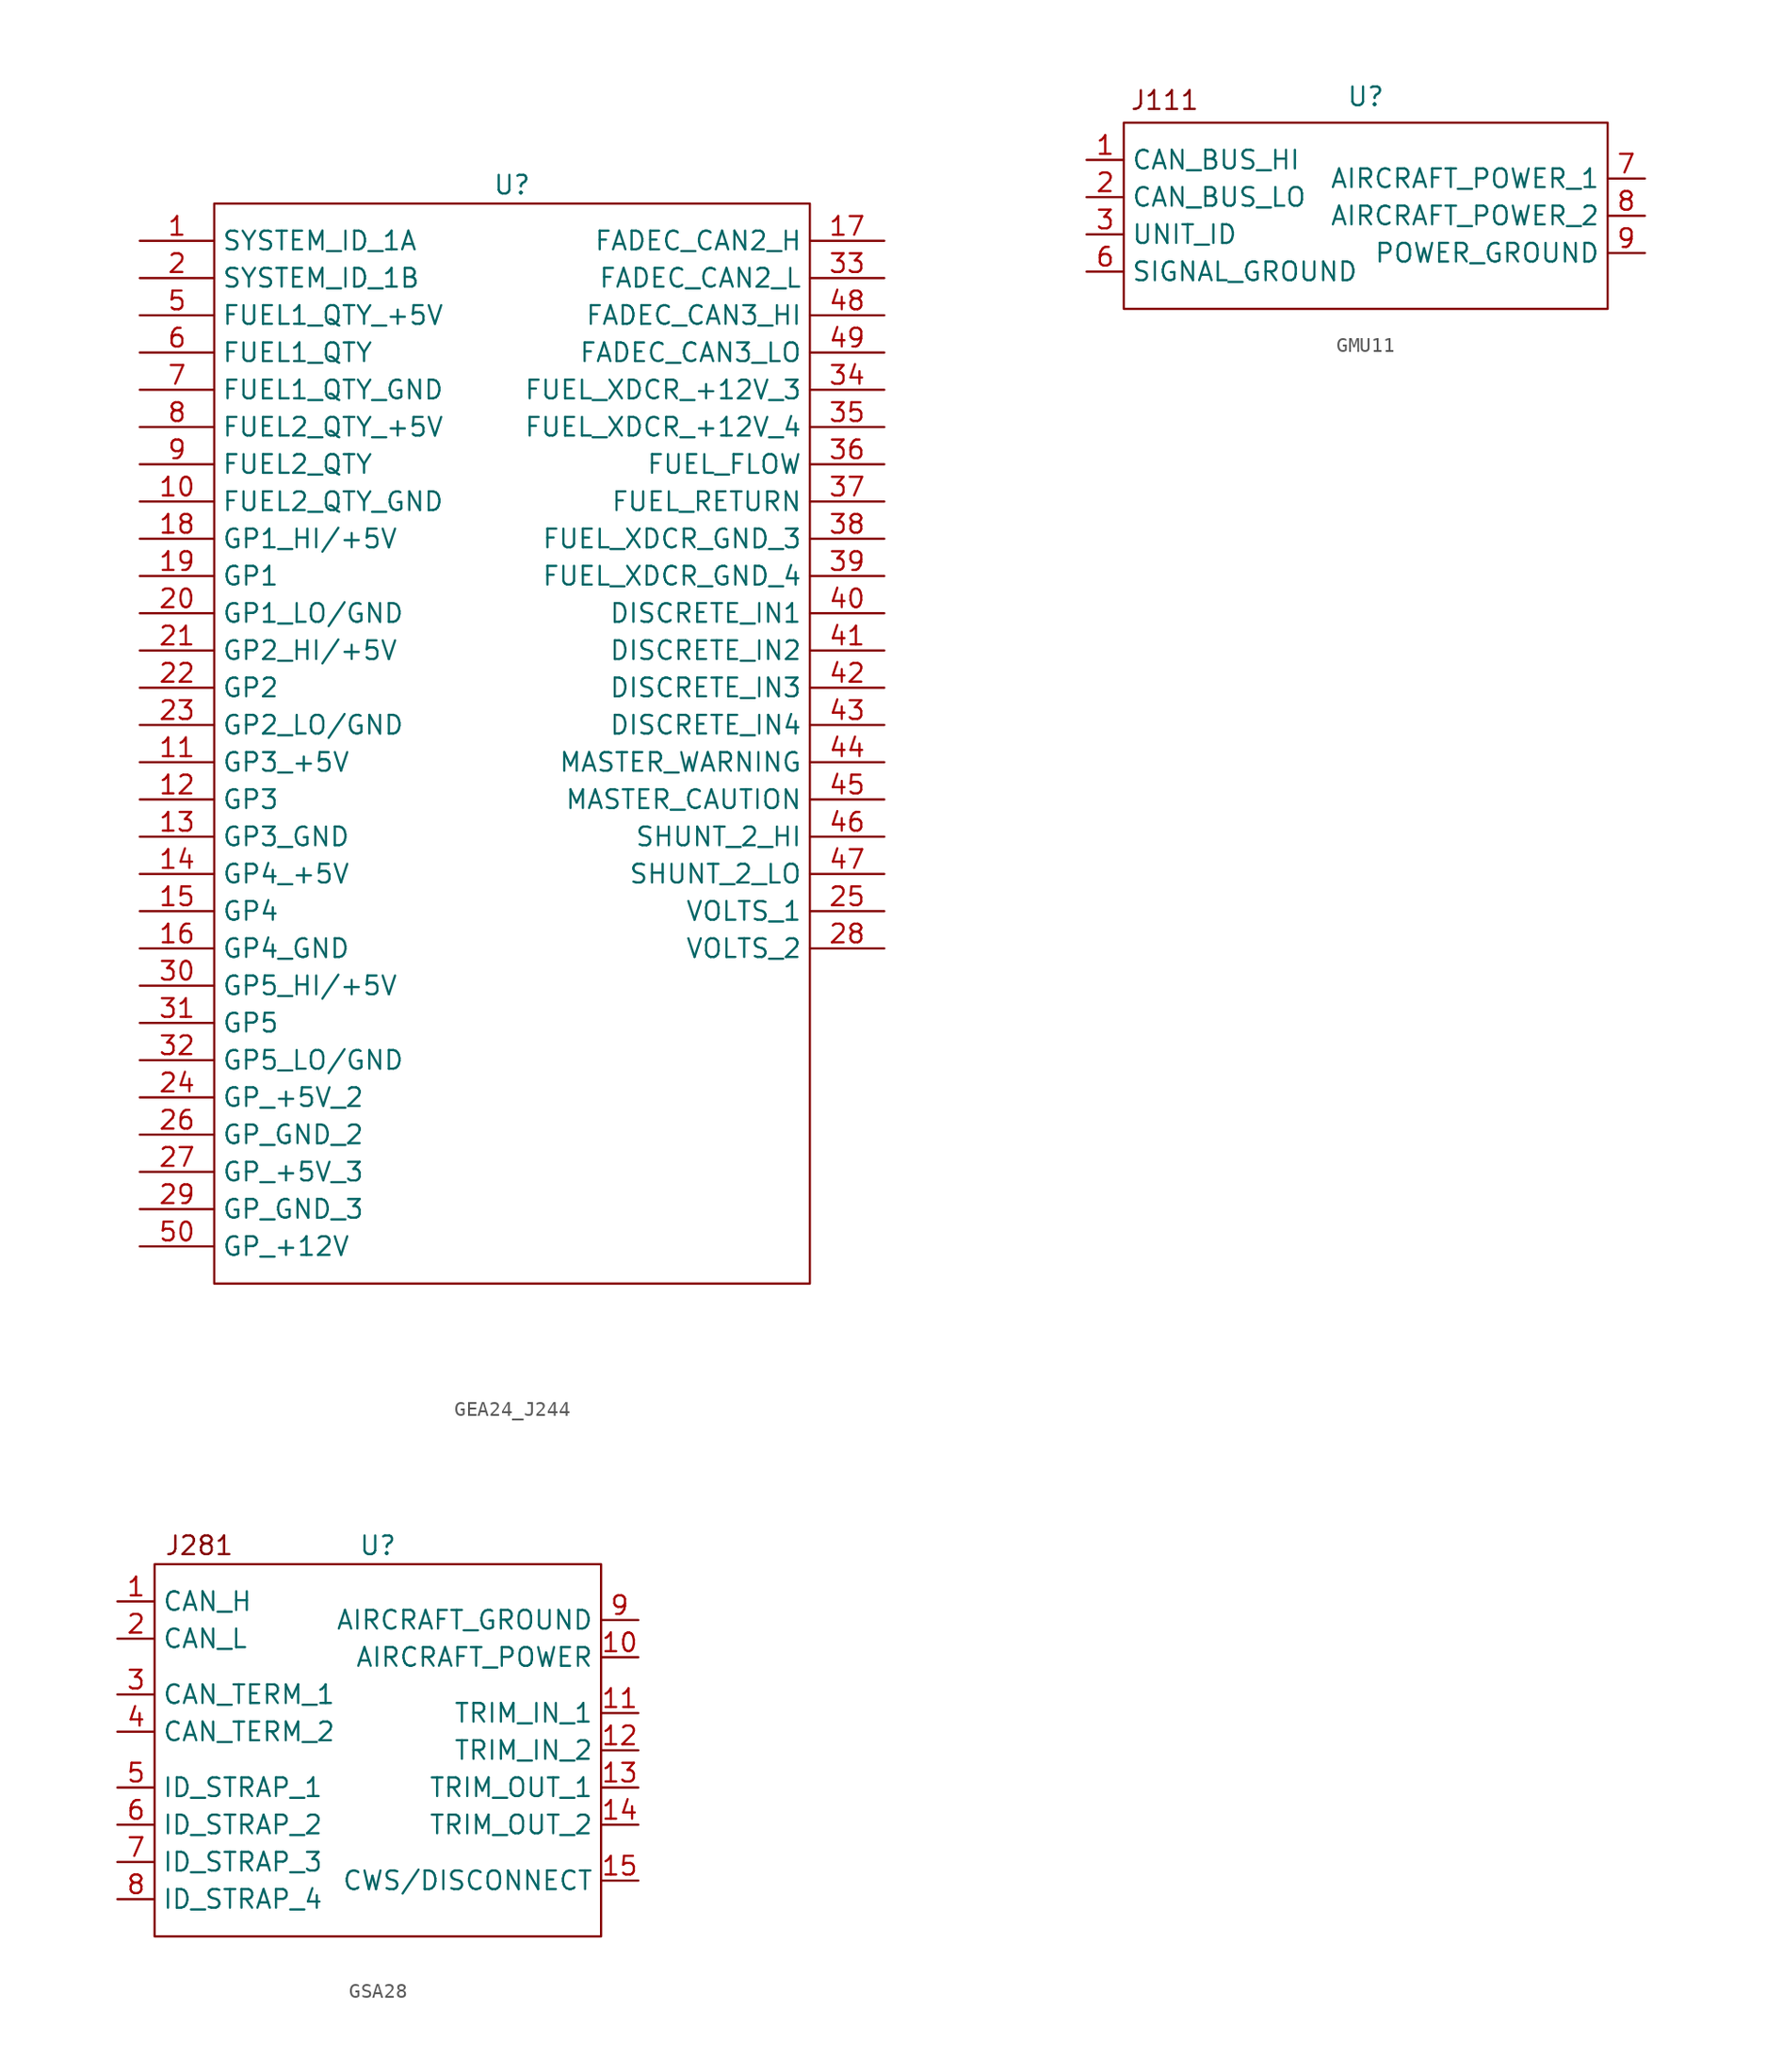
<source format=kicad_sym>
(kicad_symbol_lib
  (version 20241209)
  (generator "kicad_symbol_editor")
  (generator_version "9.0")
  (symbol "GEA24_J244"
    (property "Reference" "U"
      (at 0 0 0)
      (effects (font (size 1.27 1.27))))
    (property "Value" ""
      (at 0 0 0)
      (effects (font (size 1.27 1.27))))
    (symbol "GEA24_J244_0_1"
      (rectangle (start -20.32 -1.27) (end 20.32 -74.93) (stroke (width 0) (type default)) (fill (type none))))
    (symbol "GEA24_J244_1_0"
      (pin input line (at -25.4 -3.81 0) (length 5.08) (name "SYSTEM_ID_1A" (effects (font (size 1.27 1.27)))) (number "1" (effects (font (size 1.27 1.27)))))
      (pin input line (at -25.4 -6.35 0) (length 5.08) (name "SYSTEM_ID_1B" (effects (font (size 1.27 1.27)))) (number "2" (effects (font (size 1.27 1.27)))))
      (pin power_out line (at -25.4 -8.89 0) (length 5.08) (name "FUEL1_QTY_+5V" (effects (font (size 1.27 1.27)))) (number "5" (effects (font (size 1.27 1.27)))))
      (pin input line (at -25.4 -11.43 0) (length 5.08) (name "FUEL1_QTY" (effects (font (size 1.27 1.27)))) (number "6" (effects (font (size 1.27 1.27)))))
      (pin power_in line (at -25.4 -13.97 0) (length 5.08) (name "FUEL1_QTY_GND" (effects (font (size 1.27 1.27)))) (number "7" (effects (font (size 1.27 1.27)))))
      (pin power_out line (at -25.4 -16.51 0) (length 5.08) (name "FUEL2_QTY_+5V" (effects (font (size 1.27 1.27)))) (number "8" (effects (font (size 1.27 1.27)))))
      (pin input line (at -25.4 -19.05 0) (length 5.08) (name "FUEL2_QTY" (effects (font (size 1.27 1.27)))) (number "9" (effects (font (size 1.27 1.27)))))
      (pin power_in line (at -25.4 -21.59 0) (length 5.08) (name "FUEL2_QTY_GND" (effects (font (size 1.27 1.27)))) (number "10" (effects (font (size 1.27 1.27)))))
      (pin power_out line (at -25.4 -24.13 0) (length 5.08) (name "GP1_HI/+5V" (effects (font (size 1.27 1.27)))) (number "18" (effects (font (size 1.27 1.27)))))
      (pin input line (at -25.4 -26.67 0) (length 5.08) (name "GP1" (effects (font (size 1.27 1.27)))) (number "19" (effects (font (size 1.27 1.27)))))
      (pin power_in line (at -25.4 -29.21 0) (length 5.08) (name "GP1_LO/GND" (effects (font (size 1.27 1.27)))) (number "20" (effects (font (size 1.27 1.27)))))
      (pin power_out line (at -25.4 -31.75 0) (length 5.08) (name "GP2_HI/+5V" (effects (font (size 1.27 1.27)))) (number "21" (effects (font (size 1.27 1.27)))))
      (pin input line (at -25.4 -34.29 0) (length 5.08) (name "GP2" (effects (font (size 1.27 1.27)))) (number "22" (effects (font (size 1.27 1.27)))))
      (pin power_in line (at -25.4 -36.83 0) (length 5.08) (name "GP2_LO/GND" (effects (font (size 1.27 1.27)))) (number "23" (effects (font (size 1.27 1.27)))))
      (pin power_out line (at -25.4 -39.37 0) (length 5.08) (name "GP3_+5V" (effects (font (size 1.27 1.27)))) (number "11" (effects (font (size 1.27 1.27)))))
      (pin input line (at -25.4 -41.91 0) (length 5.08) (name "GP3" (effects (font (size 1.27 1.27)))) (number "12" (effects (font (size 1.27 1.27)))))
      (pin power_in line (at -25.4 -44.45 0) (length 5.08) (name "GP3_GND" (effects (font (size 1.27 1.27)))) (number "13" (effects (font (size 1.27 1.27)))))
      (pin power_out line (at -25.4 -46.99 0) (length 5.08) (name "GP4_+5V" (effects (font (size 1.27 1.27)))) (number "14" (effects (font (size 1.27 1.27)))))
      (pin input line (at -25.4 -49.53 0) (length 5.08) (name "GP4" (effects (font (size 1.27 1.27)))) (number "15" (effects (font (size 1.27 1.27)))))
      (pin power_in line (at -25.4 -52.07 0) (length 5.08) (name "GP4_GND" (effects (font (size 1.27 1.27)))) (number "16" (effects (font (size 1.27 1.27)))))
      (pin power_out line (at -25.4 -54.61 0) (length 5.08) (name "GP5_HI/+5V" (effects (font (size 1.27 1.27)))) (number "30" (effects (font (size 1.27 1.27)))))
      (pin input line (at -25.4 -57.15 0) (length 5.08) (name "GP5" (effects (font (size 1.27 1.27)))) (number "31" (effects (font (size 1.27 1.27)))))
      (pin power_in line (at -25.4 -59.69 0) (length 5.08) (name "GP5_LO/GND" (effects (font (size 1.27 1.27)))) (number "32" (effects (font (size 1.27 1.27)))))
      (pin power_out line (at -25.4 -62.23 0) (length 5.08) (name "GP_+5V_2" (effects (font (size 1.27 1.27)))) (number "24" (effects (font (size 1.27 1.27)))))
      (pin power_in line (at -25.4 -64.77 0) (length 5.08) (name "GP_GND_2" (effects (font (size 1.27 1.27)))) (number "26" (effects (font (size 1.27 1.27)))))
      (pin power_out line (at -25.4 -67.31 0) (length 5.08) (name "GP_+5V_3" (effects (font (size 1.27 1.27)))) (number "27" (effects (font (size 1.27 1.27)))))
      (pin power_in line (at -25.4 -69.85 0) (length 5.08) (name "GP_GND_3" (effects (font (size 1.27 1.27)))) (number "29" (effects (font (size 1.27 1.27)))))
      (pin power_out line (at -25.4 -72.39 0) (length 5.08) (name "GP_+12V" (effects (font (size 1.27 1.27)))) (number "50" (effects (font (size 1.27 1.27)))))
      (pin bidirectional line (at 25.4 -3.81 180) (length 5.08) (name "FADEC_CAN2_H" (effects (font (size 1.27 1.27)))) (number "17" (effects (font (size 1.27 1.27)))))
      (pin bidirectional line (at 25.4 -6.35 180) (length 5.08) (name "FADEC_CAN2_L" (effects (font (size 1.27 1.27)))) (number "33" (effects (font (size 1.27 1.27)))))
      (pin bidirectional line (at 25.4 -8.89 180) (length 5.08) (name "FADEC_CAN3_HI" (effects (font (size 1.27 1.27)))) (number "48" (effects (font (size 1.27 1.27)))))
      (pin bidirectional line (at 25.4 -11.43 180) (length 5.08) (name "FADEC_CAN3_LO" (effects (font (size 1.27 1.27)))) (number "49" (effects (font (size 1.27 1.27)))))
      (pin power_out line (at 25.4 -13.97 180) (length 5.08) (name "FUEL_XDCR_+12V_3" (effects (font (size 1.27 1.27)))) (number "34" (effects (font (size 1.27 1.27)))))
      (pin power_out line (at 25.4 -16.51 180) (length 5.08) (name "FUEL_XDCR_+12V_4" (effects (font (size 1.27 1.27)))) (number "35" (effects (font (size 1.27 1.27)))))
      (pin input line (at 25.4 -19.05 180) (length 5.08) (name "FUEL_FLOW" (effects (font (size 1.27 1.27)))) (number "36" (effects (font (size 1.27 1.27)))))
      (pin input line (at 25.4 -21.59 180) (length 5.08) (name "FUEL_RETURN" (effects (font (size 1.27 1.27)))) (number "37" (effects (font (size 1.27 1.27)))))
      (pin power_in line (at 25.4 -24.13 180) (length 5.08) (name "FUEL_XDCR_GND_3" (effects (font (size 1.27 1.27)))) (number "38" (effects (font (size 1.27 1.27)))))
      (pin power_in line (at 25.4 -26.67 180) (length 5.08) (name "FUEL_XDCR_GND_4" (effects (font (size 1.27 1.27)))) (number "39" (effects (font (size 1.27 1.27)))))
      (pin input line (at 25.4 -29.21 180) (length 5.08) (name "DISCRETE_IN1" (effects (font (size 1.27 1.27)))) (number "40" (effects (font (size 1.27 1.27)))))
      (pin input line (at 25.4 -31.75 180) (length 5.08) (name "DISCRETE_IN2" (effects (font (size 1.27 1.27)))) (number "41" (effects (font (size 1.27 1.27)))))
      (pin input line (at 25.4 -34.29 180) (length 5.08) (name "DISCRETE_IN3" (effects (font (size 1.27 1.27)))) (number "42" (effects (font (size 1.27 1.27)))))
      (pin input line (at 25.4 -36.83 180) (length 5.08) (name "DISCRETE_IN4" (effects (font (size 1.27 1.27)))) (number "43" (effects (font (size 1.27 1.27)))))
      (pin output line (at 25.4 -39.37 180) (length 5.08) (name "MASTER_WARNING" (effects (font (size 1.27 1.27)))) (number "44" (effects (font (size 1.27 1.27)))))
      (pin output line (at 25.4 -41.91 180) (length 5.08) (name "MASTER_CAUTION" (effects (font (size 1.27 1.27)))) (number "45" (effects (font (size 1.27 1.27)))))
      (pin output line (at 25.4 -44.45 180) (length 5.08) (name "SHUNT_2_HI" (effects (font (size 1.27 1.27)))) (number "46" (effects (font (size 1.27 1.27)))))
      (pin power_in line (at 25.4 -46.99 180) (length 5.08) (name "SHUNT_2_LO" (effects (font (size 1.27 1.27)))) (number "47" (effects (font (size 1.27 1.27)))))
      (pin power_in line (at 25.4 -49.53 180) (length 5.08) (name "VOLTS_1" (effects (font (size 1.27 1.27)))) (number "25" (effects (font (size 1.27 1.27)))))
      (pin power_in line (at 25.4 -52.07 180) (length 5.08) (name "VOLTS_2" (effects (font (size 1.27 1.27)))) (number "28" (effects (font (size 1.27 1.27)))))))
  (symbol "GMU11"
    (property "Reference" "U"
      (at 0 -0.762 0)
      (effects (font (size 1.27 1.27))))
    (property "Value" ""
      (at 0 0 0)
      (effects (font (size 1.27 1.27))))
    (symbol "GMU11_0_1"
      (rectangle (start -16.51 -2.54) (end 16.51 -15.24) (stroke (width 0) (type default)) (fill (type none))))
    (symbol "GMU11_1_0"
      (pin bidirectional line (at -19.05 -5.08 0) (length 2.54) (name "CAN_BUS_HI" (effects (font (size 1.27 1.27)))) (number "1" (effects (font (size 1.27 1.27)))))
      (pin bidirectional line (at -19.05 -7.62 0) (length 2.54) (name "CAN_BUS_LO" (effects (font (size 1.27 1.27)))) (number "2" (effects (font (size 1.27 1.27)))))
      (pin input line (at -19.05 -10.16 0) (length 2.54) (name "UNIT_ID" (effects (font (size 1.27 1.27)))) (number "3" (effects (font (size 1.27 1.27)))))
      (pin unspecified line (at -19.05 -12.7 0) (length 2.54) (name "SIGNAL_GROUND" (effects (font (size 1.27 1.27)))) (number "6" (effects (font (size 1.27 1.27)))))
      (pin power_in line (at 19.05 -6.35 180) (length 2.54) (name "AIRCRAFT_POWER_1" (effects (font (size 1.27 1.27)))) (number "7" (effects (font (size 1.27 1.27)))))
      (pin power_in line (at 19.05 -8.89 180) (length 2.54) (name "AIRCRAFT_POWER_2" (effects (font (size 1.27 1.27)))) (number "8" (effects (font (size 1.27 1.27)))))
      (pin unspecified line (at 19.05 -11.43 180) (length 2.54) (name "POWER_GROUND" (effects (font (size 1.27 1.27)))) (number "9" (effects (font (size 1.27 1.27))))))
    (symbol "GMU11_1_1"
      (text "J111" (at -13.716 -1.016 0) (effects (font (size 1.27 1.27))))))
  (symbol "GSA28"
    (property "Reference" "U"
      (at 0 13.97 0)
      (effects (font (size 1.27 1.27))))
    (property "Value" ""
      (at 0 0 0)
      (effects (font (size 1.27 1.27))))
    (symbol "GSA28_0_1"
      (rectangle (start -15.24 12.7) (end 15.24 -12.7) (stroke (width 0) (type default)) (fill (type none))))
    (symbol "GSA28_1_0"
      (pin bidirectional line (at -17.78 10.16 0) (length 2.54) (name "CAN_H" (effects (font (size 1.27 1.27)))) (number "1" (effects (font (size 1.27 1.27)))))
      (pin bidirectional line (at -17.78 7.62 0) (length 2.54) (name "CAN_L" (effects (font (size 1.27 1.27)))) (number "2" (effects (font (size 1.27 1.27)))))
      (pin unspecified line (at -17.78 3.81 0) (length 2.54) (name "CAN_TERM_1" (effects (font (size 1.27 1.27)))) (number "3" (effects (font (size 1.27 1.27)))))
      (pin unspecified line (at -17.78 1.27 0) (length 2.54) (name "CAN_TERM_2" (effects (font (size 1.27 1.27)))) (number "4" (effects (font (size 1.27 1.27)))))
      (pin unspecified line (at -17.78 -2.54 0) (length 2.54) (name "ID_STRAP_1" (effects (font (size 1.27 1.27)))) (number "5" (effects (font (size 1.27 1.27)))))
      (pin unspecified line (at -17.78 -5.08 0) (length 2.54) (name "ID_STRAP_2" (effects (font (size 1.27 1.27)))) (number "6" (effects (font (size 1.27 1.27)))))
      (pin unspecified line (at -17.78 -7.62 0) (length 2.54) (name "ID_STRAP_3" (effects (font (size 1.27 1.27)))) (number "7" (effects (font (size 1.27 1.27)))))
      (pin unspecified line (at -17.78 -10.16 0) (length 2.54) (name "ID_STRAP_4" (effects (font (size 1.27 1.27)))) (number "8" (effects (font (size 1.27 1.27)))))
      (pin power_in line (at 17.78 8.89 180) (length 2.54) (name "AIRCRAFT_GROUND" (effects (font (size 1.27 1.27)))) (number "9" (effects (font (size 1.27 1.27)))))
      (pin power_in line (at 17.78 6.35 180) (length 2.54) (name "AIRCRAFT_POWER" (effects (font (size 1.27 1.27)))) (number "10" (effects (font (size 1.27 1.27)))))
      (pin input line (at 17.78 2.54 180) (length 2.54) (name "TRIM_IN_1" (effects (font (size 1.27 1.27)))) (number "11" (effects (font (size 1.27 1.27)))))
      (pin input line (at 17.78 0 180) (length 2.54) (name "TRIM_IN_2" (effects (font (size 1.27 1.27)))) (number "12" (effects (font (size 1.27 1.27)))))
      (pin output line (at 17.78 -2.54 180) (length 2.54) (name "TRIM_OUT_1" (effects (font (size 1.27 1.27)))) (number "13" (effects (font (size 1.27 1.27)))))
      (pin output line (at 17.78 -5.08 180) (length 2.54) (name "TRIM_OUT_2" (effects (font (size 1.27 1.27)))) (number "14" (effects (font (size 1.27 1.27)))))
      (pin input line (at 17.78 -8.89 180) (length 2.54) (name "CWS/DISCONNECT" (effects (font (size 1.27 1.27)))) (number "15" (effects (font (size 1.27 1.27))))))
    (symbol "GSA28_1_1"
      (text "J281" (at -12.192 13.97 0) (effects (font (size 1.27 1.27)))))))
</source>
